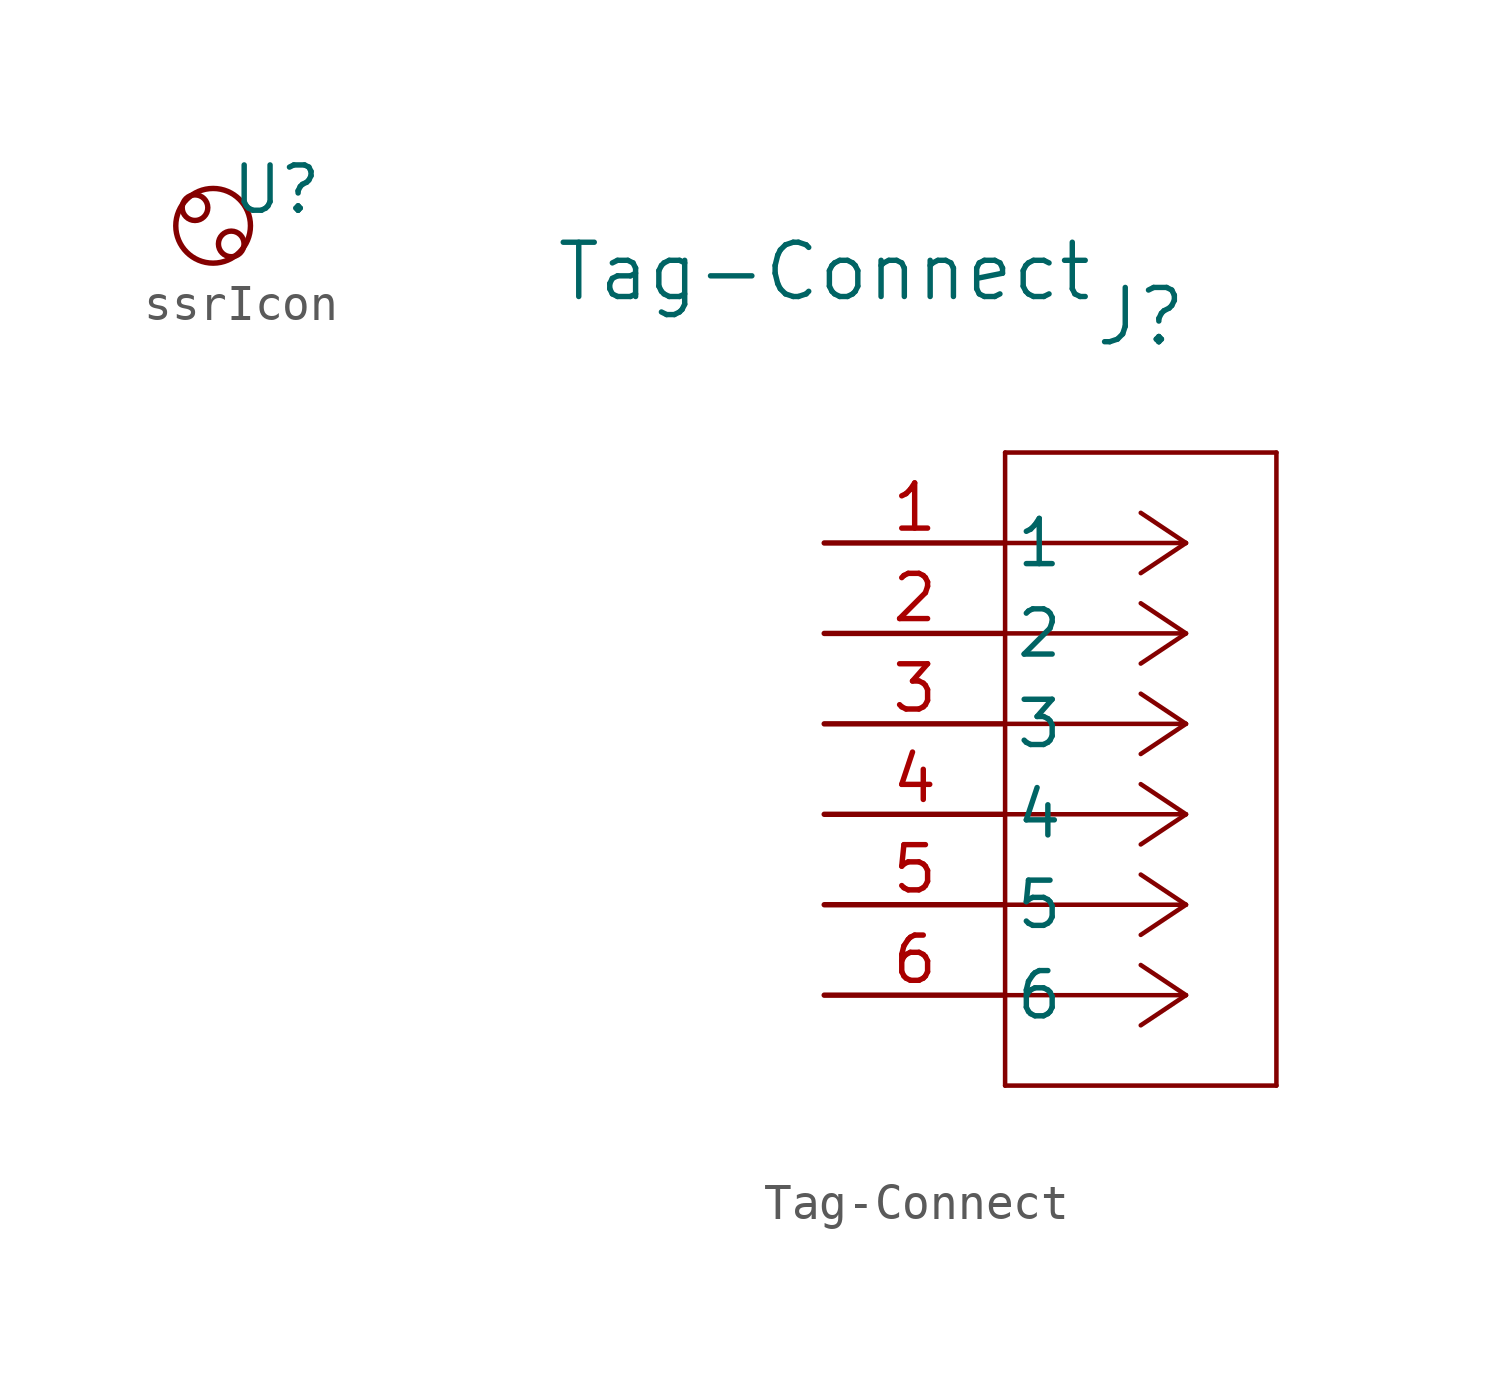
<source format=kicad_sym>
(kicad_symbol_lib
  (version 20220914)
  (generator kicad_symbol_editor)
  (symbol "ssrIcon"
    (property "Reference" "U"
      (at 0 0 0)
      (effects (font (size 1.27 1.27))))
    (property "Value" ""
      (at 0 0 0)
      (effects (font (size 1.27 1.27))))
    (symbol "ssrIcon_0_1"
      (circle (center -2.286 -0.508) (radius 0.359) (stroke (width 0) (type default)) (fill (type none)))
      (circle (center -1.778 -1.016) (radius 1.047) (stroke (width 0) (type default)) (fill (type none)))
      (circle (center -1.27 -1.524) (radius 0.359) (stroke (width 0) (type default)) (fill (type none)))))
  (symbol "Tag-Connect"
    (pin_names
      (offset 0.254))
    (property "Reference" "J"
      (at 8.89 6.35 0)
      (effects (font (size 1.524 1.524))))
    (property "Value" "Tag-Connect"
      (at 0 7.62 0)
      (effects (font (size 1.524 1.524))))
    (symbol "Tag-Connect_0_1"
      (polyline (pts (xy 5.08 -15.24) (xy 12.7 -15.24)) (stroke (width 0.127) (type default)) (fill (type none)))
      (polyline (pts (xy 5.08 2.54) (xy 5.08 -15.24)) (stroke (width 0.127) (type default)) (fill (type none)))
      (polyline (pts (xy 10.16 -12.7) (xy 5.08 -12.7)) (stroke (width 0.127) (type default)) (fill (type none)))
      (polyline (pts (xy 10.16 -12.7) (xy 8.89 -13.547)) (stroke (width 0.127) (type default)) (fill (type none)))
      (polyline (pts (xy 10.16 -12.7) (xy 8.89 -11.853)) (stroke (width 0.127) (type default)) (fill (type none)))
      (polyline (pts (xy 10.16 -10.16) (xy 5.08 -10.16)) (stroke (width 0.127) (type default)) (fill (type none)))
      (polyline (pts (xy 10.16 -10.16) (xy 8.89 -11.007)) (stroke (width 0.127) (type default)) (fill (type none)))
      (polyline (pts (xy 10.16 -10.16) (xy 8.89 -9.313)) (stroke (width 0.127) (type default)) (fill (type none)))
      (polyline (pts (xy 10.16 -7.62) (xy 5.08 -7.62)) (stroke (width 0.127) (type default)) (fill (type none)))
      (polyline (pts (xy 10.16 -7.62) (xy 8.89 -8.467)) (stroke (width 0.127) (type default)) (fill (type none)))
      (polyline (pts (xy 10.16 -7.62) (xy 8.89 -6.773)) (stroke (width 0.127) (type default)) (fill (type none)))
      (polyline (pts (xy 10.16 -5.08) (xy 5.08 -5.08)) (stroke (width 0.127) (type default)) (fill (type none)))
      (polyline (pts (xy 10.16 -5.08) (xy 8.89 -5.927)) (stroke (width 0.127) (type default)) (fill (type none)))
      (polyline (pts (xy 10.16 -5.08) (xy 8.89 -4.233)) (stroke (width 0.127) (type default)) (fill (type none)))
      (polyline (pts (xy 10.16 -2.54) (xy 5.08 -2.54)) (stroke (width 0.127) (type default)) (fill (type none)))
      (polyline (pts (xy 10.16 -2.54) (xy 8.89 -3.387)) (stroke (width 0.127) (type default)) (fill (type none)))
      (polyline (pts (xy 10.16 -2.54) (xy 8.89 -1.693)) (stroke (width 0.127) (type default)) (fill (type none)))
      (polyline (pts (xy 10.16 0) (xy 5.08 0)) (stroke (width 0.127) (type default)) (fill (type none)))
      (polyline (pts (xy 10.16 0) (xy 8.89 -0.847)) (stroke (width 0.127) (type default)) (fill (type none)))
      (polyline (pts (xy 10.16 0) (xy 8.89 0.847)) (stroke (width 0.127) (type default)) (fill (type none)))
      (polyline (pts (xy 12.7 -15.24) (xy 12.7 2.54)) (stroke (width 0.127) (type default)) (fill (type none)))
      (polyline (pts (xy 12.7 2.54) (xy 5.08 2.54)) (stroke (width 0.127) (type default)) (fill (type none))))
    (symbol "Tag-Connect_1_1"
      (pin power_in line (at 0 0 0) (length 5.08) (name "1" (effects (font (size 1.27 1.27)))) (number "1" (effects (font (size 1.27 1.27)))))
      (pin power_in line (at 0 -2.54 0) (length 5.08) (name "2" (effects (font (size 1.27 1.27)))) (number "2" (effects (font (size 1.27 1.27)))))
      (pin bidirectional line (at 0 -5.08 0) (length 5.08) (name "3" (effects (font (size 1.27 1.27)))) (number "3" (effects (font (size 1.27 1.27)))))
      (pin bidirectional line (at 0 -7.62 0) (length 5.08) (name "4" (effects (font (size 1.27 1.27)))) (number "4" (effects (font (size 1.27 1.27)))))
      (pin bidirectional line (at 0 -10.16 0) (length 5.08) (name "5" (effects (font (size 1.27 1.27)))) (number "5" (effects (font (size 1.27 1.27)))))
      (pin bidirectional line (at 0 -12.7 0) (length 5.08) (name "6" (effects (font (size 1.27 1.27)))) (number "6" (effects (font (size 1.27 1.27))))))))
</source>
